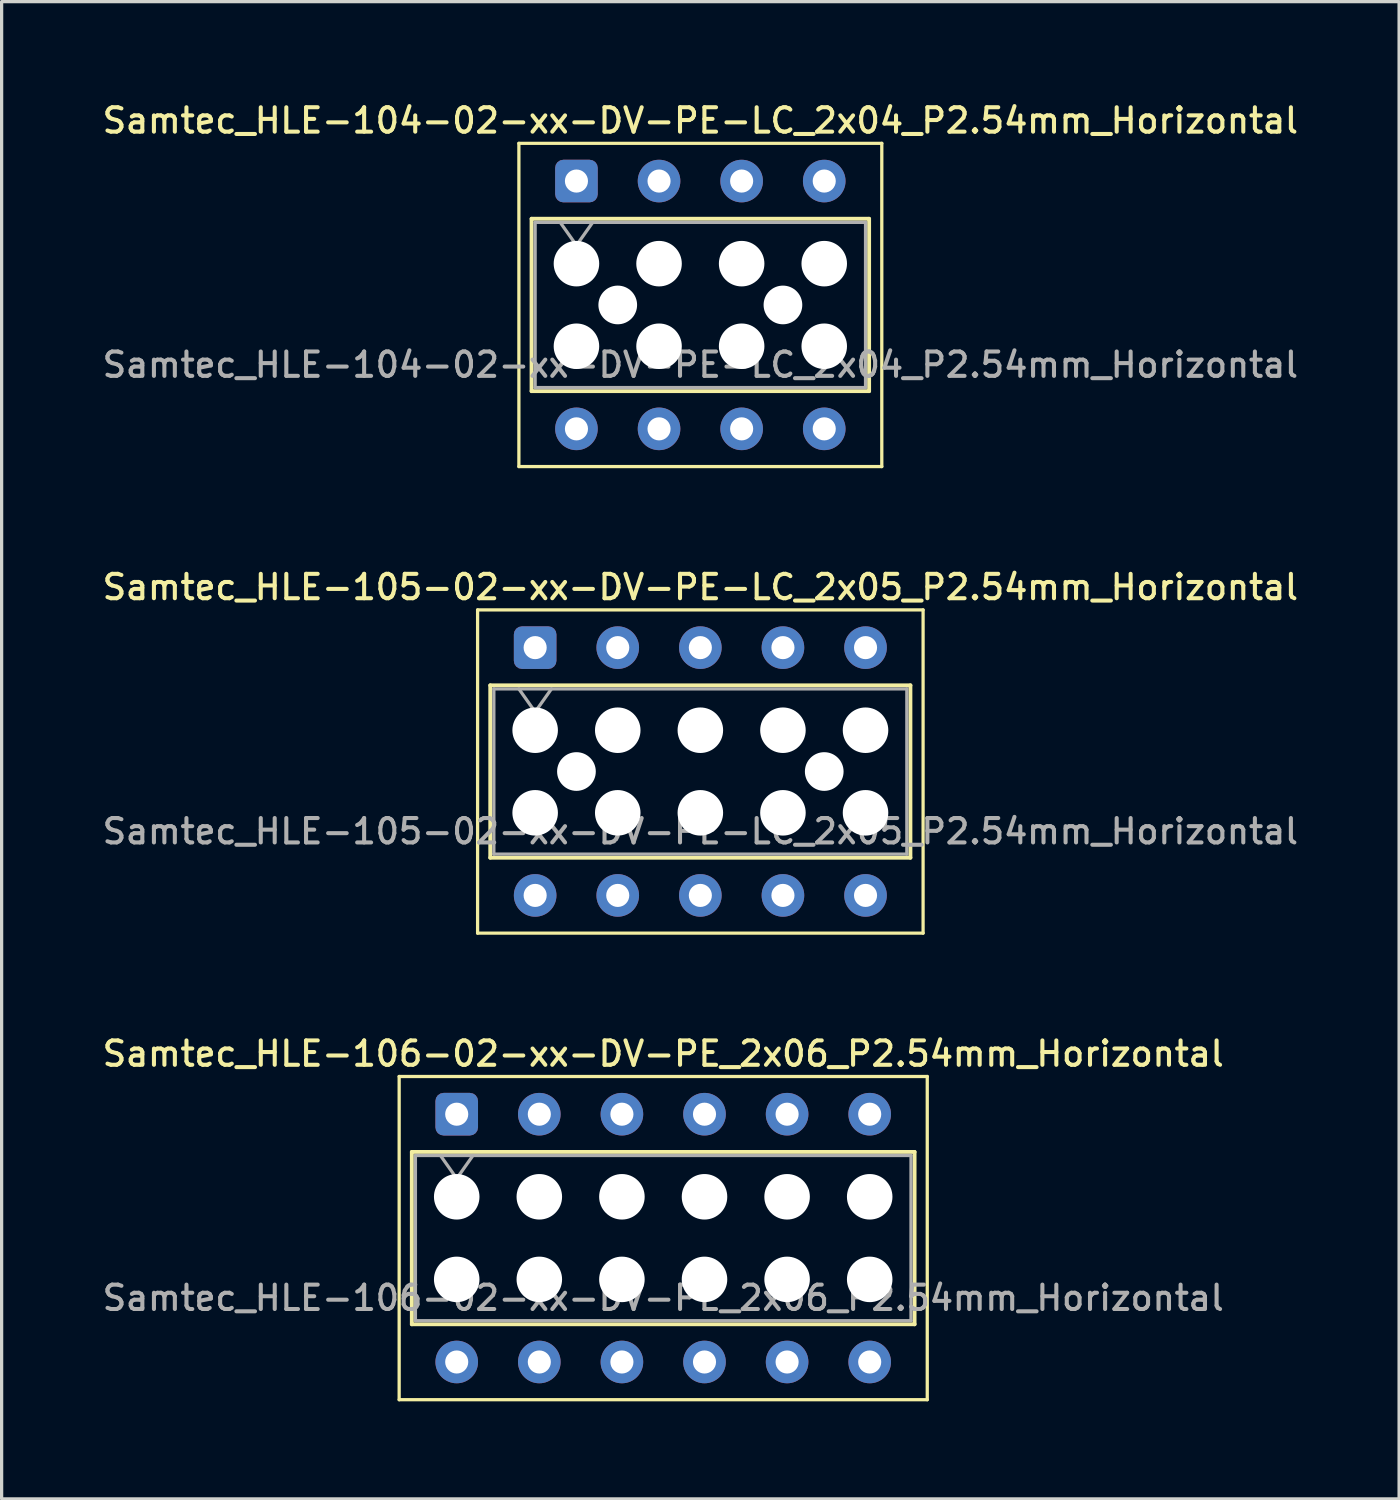
<source format=kicad_pcb>
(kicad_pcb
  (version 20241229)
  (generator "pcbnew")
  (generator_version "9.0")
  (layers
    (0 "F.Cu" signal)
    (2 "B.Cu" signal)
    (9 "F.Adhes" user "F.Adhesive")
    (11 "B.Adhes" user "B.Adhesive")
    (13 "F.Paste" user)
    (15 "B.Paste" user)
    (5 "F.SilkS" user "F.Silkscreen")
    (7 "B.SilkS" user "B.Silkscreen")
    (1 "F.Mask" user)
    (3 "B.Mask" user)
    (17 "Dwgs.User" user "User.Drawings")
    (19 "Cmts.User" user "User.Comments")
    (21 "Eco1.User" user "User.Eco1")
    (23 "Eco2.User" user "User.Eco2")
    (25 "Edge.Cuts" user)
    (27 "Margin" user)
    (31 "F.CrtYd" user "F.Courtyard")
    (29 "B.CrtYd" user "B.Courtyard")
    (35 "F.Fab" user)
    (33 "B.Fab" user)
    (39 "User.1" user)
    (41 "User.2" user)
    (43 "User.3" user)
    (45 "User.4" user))
  (footprint "Samtec_HLE-105-02-xx-DV-PE-LC_2x05_P2.54mm_Horizontal"
    (layer "F.Cu")
    (at 13.407 16.866)
    (property "Reference" "Samtec_HLE-105-02-xx-DV-PE-LC_2x05_P2.54mm_Horizontal" (at 5.08 -1.86 0) (layer "F.SilkS") (effects (font (size 0.75 0.75) (thickness 0.125))))
    (attr through_hole)
    (fp_line (start -1.77 -1.16) (end 11.93 -1.16) (stroke (width 0.1) (type solid)) (layer "F.SilkS"))
    (fp_line (start -1.77 8.78) (end -1.77 -1.16) (stroke (width 0.1) (type solid)) (layer "F.SilkS"))
    (fp_line (start -1.38 1.16) (end 11.54 1.16) (stroke (width 0.12) (type solid)) (layer "F.SilkS"))
    (fp_line (start -1.38 6.46) (end -1.38 1.16) (stroke (width 0.12) (type solid)) (layer "F.SilkS"))
    (fp_line (start 11.54 1.16) (end 11.54 6.46) (stroke (width 0.12) (type solid)) (layer "F.SilkS"))
    (fp_line (start 11.54 6.46) (end -1.38 6.46) (stroke (width 0.12) (type solid)) (layer "F.SilkS"))
    (fp_line (start 11.93 -1.16) (end 11.93 8.78) (stroke (width 0.1) (type solid)) (layer "F.SilkS"))
    (fp_line (start 11.93 8.78) (end -1.77 8.78) (stroke (width 0.1) (type solid)) (layer "F.SilkS"))
    (fp_line (start -1.27 1.27) (end 11.43 1.27) (stroke (width 0.1) (type solid)) (layer "F.Fab"))
    (fp_line (start -1.27 6.35) (end -1.27 1.27) (stroke (width 0.1) (type solid)) (layer "F.Fab"))
    (fp_line (start -0.5 1.27) (end 0 1.977) (stroke (width 0.1) (type solid)) (layer "F.Fab"))
    (fp_line (start 0 1.977) (end 0.5 1.27) (stroke (width 0.1) (type solid)) (layer "F.Fab"))
    (fp_line (start 11.43 1.27) (end 11.43 6.35) (stroke (width 0.1) (type solid)) (layer "F.Fab"))
    (fp_line (start 11.43 6.35) (end -1.27 6.35) (stroke (width 0.1) (type solid)) (layer "F.Fab"))
    (fp_text user "${REFERENCE}" (at 5.08 5.65 0) (layer "F.Fab") (effects (font (size 0.75 0.75) (thickness 0.125))))
    (pad "" np_thru_hole circle (at 0 2.54) (size 1.4 1.4) (drill 1.4) (layers "*.Cu" "*.Mask"))
    (pad "" np_thru_hole circle (at 0 5.08) (size 1.4 1.4) (drill 1.4) (layers "*.Cu" "*.Mask"))
    (pad "" np_thru_hole circle (at 1.27 3.81) (size 1.19 1.19) (drill 1.19) (layers "*.Cu" "*.Mask"))
    (pad "" np_thru_hole circle (at 2.54 2.54) (size 1.4 1.4) (drill 1.4) (layers "*.Cu" "*.Mask"))
    (pad "" np_thru_hole circle (at 2.54 5.08) (size 1.4 1.4) (drill 1.4) (layers "*.Cu" "*.Mask"))
    (pad "" np_thru_hole circle (at 5.08 2.54) (size 1.4 1.4) (drill 1.4) (layers "*.Cu" "*.Mask"))
    (pad "" np_thru_hole circle (at 5.08 5.08) (size 1.4 1.4) (drill 1.4) (layers "*.Cu" "*.Mask"))
    (pad "" np_thru_hole circle (at 7.62 2.54) (size 1.4 1.4) (drill 1.4) (layers "*.Cu" "*.Mask"))
    (pad "" np_thru_hole circle (at 7.62 5.08) (size 1.4 1.4) (drill 1.4) (layers "*.Cu" "*.Mask"))
    (pad "" np_thru_hole circle (at 8.89 3.81) (size 1.19 1.19) (drill 1.19) (layers "*.Cu" "*.Mask"))
    (pad "" np_thru_hole circle (at 10.16 2.54) (size 1.4 1.4) (drill 1.4) (layers "*.Cu" "*.Mask"))
    (pad "" np_thru_hole circle (at 10.16 5.08) (size 1.4 1.4) (drill 1.4) (layers "*.Cu" "*.Mask"))
    (pad "1" thru_hole roundrect (at 0 0) (size 1.31 1.31) (drill 0.71) (layers "*.Cu" "*.Mask") (roundrect_rratio 0.191))
    (pad "2" thru_hole circle (at 0 7.62) (size 1.31 1.31) (drill 0.71) (layers "*.Cu" "*.Mask"))
    (pad "3" thru_hole circle (at 2.54 0) (size 1.31 1.31) (drill 0.71) (layers "*.Cu" "*.Mask"))
    (pad "4" thru_hole circle (at 2.54 7.62) (size 1.31 1.31) (drill 0.71) (layers "*.Cu" "*.Mask"))
    (pad "5" thru_hole circle (at 5.08 0) (size 1.31 1.31) (drill 0.71) (layers "*.Cu" "*.Mask"))
    (pad "6" thru_hole circle (at 5.08 7.62) (size 1.31 1.31) (drill 0.71) (layers "*.Cu" "*.Mask"))
    (pad "7" thru_hole circle (at 7.62 0) (size 1.31 1.31) (drill 0.71) (layers "*.Cu" "*.Mask"))
    (pad "8" thru_hole circle (at 7.62 7.62) (size 1.31 1.31) (drill 0.71) (layers "*.Cu" "*.Mask"))
    (pad "9" thru_hole circle (at 10.16 0) (size 1.31 1.31) (drill 0.71) (layers "*.Cu" "*.Mask"))
    (pad "10" thru_hole circle (at 10.16 7.62) (size 1.31 1.31) (drill 0.71) (layers "*.Cu" "*.Mask")))
  (footprint "Samtec_HLE-104-02-xx-DV-PE-LC_2x04_P2.54mm_Horizontal"
    (layer "F.Cu")
    (at 14.677 2.518)
    (property "Reference" "Samtec_HLE-104-02-xx-DV-PE-LC_2x04_P2.54mm_Horizontal" (at 3.81 -1.86 0) (layer "F.SilkS") (effects (font (size 0.75 0.75) (thickness 0.125))))
    (attr through_hole)
    (fp_line (start -1.77 -1.16) (end 9.39 -1.16) (stroke (width 0.1) (type solid)) (layer "F.SilkS"))
    (fp_line (start -1.77 8.78) (end -1.77 -1.16) (stroke (width 0.1) (type solid)) (layer "F.SilkS"))
    (fp_line (start -1.38 1.16) (end 9 1.16) (stroke (width 0.12) (type solid)) (layer "F.SilkS"))
    (fp_line (start -1.38 6.46) (end -1.38 1.16) (stroke (width 0.12) (type solid)) (layer "F.SilkS"))
    (fp_line (start 9 1.16) (end 9 6.46) (stroke (width 0.12) (type solid)) (layer "F.SilkS"))
    (fp_line (start 9 6.46) (end -1.38 6.46) (stroke (width 0.12) (type solid)) (layer "F.SilkS"))
    (fp_line (start 9.39 -1.16) (end 9.39 8.78) (stroke (width 0.1) (type solid)) (layer "F.SilkS"))
    (fp_line (start 9.39 8.78) (end -1.77 8.78) (stroke (width 0.1) (type solid)) (layer "F.SilkS"))
    (fp_line (start -1.27 1.27) (end 8.89 1.27) (stroke (width 0.1) (type solid)) (layer "F.Fab"))
    (fp_line (start -1.27 6.35) (end -1.27 1.27) (stroke (width 0.1) (type solid)) (layer "F.Fab"))
    (fp_line (start -0.5 1.27) (end 0 1.977) (stroke (width 0.1) (type solid)) (layer "F.Fab"))
    (fp_line (start 0 1.977) (end 0.5 1.27) (stroke (width 0.1) (type solid)) (layer "F.Fab"))
    (fp_line (start 8.89 1.27) (end 8.89 6.35) (stroke (width 0.1) (type solid)) (layer "F.Fab"))
    (fp_line (start 8.89 6.35) (end -1.27 6.35) (stroke (width 0.1) (type solid)) (layer "F.Fab"))
    (fp_text user "${REFERENCE}" (at 3.81 5.65 0) (layer "F.Fab") (effects (font (size 0.75 0.75) (thickness 0.125))))
    (pad "" np_thru_hole circle (at 0 2.54) (size 1.4 1.4) (drill 1.4) (layers "*.Cu" "*.Mask"))
    (pad "" np_thru_hole circle (at 0 5.08) (size 1.4 1.4) (drill 1.4) (layers "*.Cu" "*.Mask"))
    (pad "" np_thru_hole circle (at 1.27 3.81) (size 1.19 1.19) (drill 1.19) (layers "*.Cu" "*.Mask"))
    (pad "" np_thru_hole circle (at 2.54 2.54) (size 1.4 1.4) (drill 1.4) (layers "*.Cu" "*.Mask"))
    (pad "" np_thru_hole circle (at 2.54 5.08) (size 1.4 1.4) (drill 1.4) (layers "*.Cu" "*.Mask"))
    (pad "" np_thru_hole circle (at 5.08 2.54) (size 1.4 1.4) (drill 1.4) (layers "*.Cu" "*.Mask"))
    (pad "" np_thru_hole circle (at 5.08 5.08) (size 1.4 1.4) (drill 1.4) (layers "*.Cu" "*.Mask"))
    (pad "" np_thru_hole circle (at 6.35 3.81) (size 1.19 1.19) (drill 1.19) (layers "*.Cu" "*.Mask"))
    (pad "" np_thru_hole circle (at 7.62 2.54) (size 1.4 1.4) (drill 1.4) (layers "*.Cu" "*.Mask"))
    (pad "" np_thru_hole circle (at 7.62 5.08) (size 1.4 1.4) (drill 1.4) (layers "*.Cu" "*.Mask"))
    (pad "1" thru_hole roundrect (at 0 0) (size 1.31 1.31) (drill 0.71) (layers "*.Cu" "*.Mask") (roundrect_rratio 0.191))
    (pad "2" thru_hole circle (at 0 7.62) (size 1.31 1.31) (drill 0.71) (layers "*.Cu" "*.Mask"))
    (pad "3" thru_hole circle (at 2.54 0) (size 1.31 1.31) (drill 0.71) (layers "*.Cu" "*.Mask"))
    (pad "4" thru_hole circle (at 2.54 7.62) (size 1.31 1.31) (drill 0.71) (layers "*.Cu" "*.Mask"))
    (pad "5" thru_hole circle (at 5.08 0) (size 1.31 1.31) (drill 0.71) (layers "*.Cu" "*.Mask"))
    (pad "6" thru_hole circle (at 5.08 7.62) (size 1.31 1.31) (drill 0.71) (layers "*.Cu" "*.Mask"))
    (pad "7" thru_hole circle (at 7.62 0) (size 1.31 1.31) (drill 0.71) (layers "*.Cu" "*.Mask"))
    (pad "8" thru_hole circle (at 7.62 7.62) (size 1.31 1.31) (drill 0.71) (layers "*.Cu" "*.Mask")))
  (footprint "Samtec_HLE-106-02-xx-DV-PE_2x06_P2.54mm_Horizontal"
    (layer "F.Cu")
    (at 10.995 31.214)
    (property "Reference" "Samtec_HLE-106-02-xx-DV-PE_2x06_P2.54mm_Horizontal" (at 6.35 -1.86 0) (layer "F.SilkS") (effects (font (size 0.75 0.75) (thickness 0.125))))
    (attr through_hole)
    (fp_line (start -1.77 -1.16) (end 14.47 -1.16) (stroke (width 0.1) (type solid)) (layer "F.SilkS"))
    (fp_line (start -1.77 8.78) (end -1.77 -1.16) (stroke (width 0.1) (type solid)) (layer "F.SilkS"))
    (fp_line (start -1.38 1.16) (end 14.08 1.16) (stroke (width 0.12) (type solid)) (layer "F.SilkS"))
    (fp_line (start -1.38 6.46) (end -1.38 1.16) (stroke (width 0.12) (type solid)) (layer "F.SilkS"))
    (fp_line (start 14.08 1.16) (end 14.08 6.46) (stroke (width 0.12) (type solid)) (layer "F.SilkS"))
    (fp_line (start 14.08 6.46) (end -1.38 6.46) (stroke (width 0.12) (type solid)) (layer "F.SilkS"))
    (fp_line (start 14.47 -1.16) (end 14.47 8.78) (stroke (width 0.1) (type solid)) (layer "F.SilkS"))
    (fp_line (start 14.47 8.78) (end -1.77 8.78) (stroke (width 0.1) (type solid)) (layer "F.SilkS"))
    (fp_line (start -1.27 1.27) (end 13.97 1.27) (stroke (width 0.1) (type solid)) (layer "F.Fab"))
    (fp_line (start -1.27 6.35) (end -1.27 1.27) (stroke (width 0.1) (type solid)) (layer "F.Fab"))
    (fp_line (start -0.5 1.27) (end 0 1.977) (stroke (width 0.1) (type solid)) (layer "F.Fab"))
    (fp_line (start 0 1.977) (end 0.5 1.27) (stroke (width 0.1) (type solid)) (layer "F.Fab"))
    (fp_line (start 13.97 1.27) (end 13.97 6.35) (stroke (width 0.1) (type solid)) (layer "F.Fab"))
    (fp_line (start 13.97 6.35) (end -1.27 6.35) (stroke (width 0.1) (type solid)) (layer "F.Fab"))
    (fp_text user "${REFERENCE}" (at 6.35 5.65 0) (layer "F.Fab") (effects (font (size 0.75 0.75) (thickness 0.125))))
    (pad "" np_thru_hole circle (at 0 2.54) (size 1.4 1.4) (drill 1.4) (layers "*.Cu" "*.Mask"))
    (pad "" np_thru_hole circle (at 0 5.08) (size 1.4 1.4) (drill 1.4) (layers "*.Cu" "*.Mask"))
    (pad "" np_thru_hole circle (at 2.54 2.54) (size 1.4 1.4) (drill 1.4) (layers "*.Cu" "*.Mask"))
    (pad "" np_thru_hole circle (at 2.54 5.08) (size 1.4 1.4) (drill 1.4) (layers "*.Cu" "*.Mask"))
    (pad "" np_thru_hole circle (at 5.08 2.54) (size 1.4 1.4) (drill 1.4) (layers "*.Cu" "*.Mask"))
    (pad "" np_thru_hole circle (at 5.08 5.08) (size 1.4 1.4) (drill 1.4) (layers "*.Cu" "*.Mask"))
    (pad "" np_thru_hole circle (at 7.62 2.54) (size 1.4 1.4) (drill 1.4) (layers "*.Cu" "*.Mask"))
    (pad "" np_thru_hole circle (at 7.62 5.08) (size 1.4 1.4) (drill 1.4) (layers "*.Cu" "*.Mask"))
    (pad "" np_thru_hole circle (at 10.16 2.54) (size 1.4 1.4) (drill 1.4) (layers "*.Cu" "*.Mask"))
    (pad "" np_thru_hole circle (at 10.16 5.08) (size 1.4 1.4) (drill 1.4) (layers "*.Cu" "*.Mask"))
    (pad "" np_thru_hole circle (at 12.7 2.54) (size 1.4 1.4) (drill 1.4) (layers "*.Cu" "*.Mask"))
    (pad "" np_thru_hole circle (at 12.7 5.08) (size 1.4 1.4) (drill 1.4) (layers "*.Cu" "*.Mask"))
    (pad "1" thru_hole roundrect (at 0 0) (size 1.31 1.31) (drill 0.71) (layers "*.Cu" "*.Mask") (roundrect_rratio 0.191))
    (pad "2" thru_hole circle (at 0 7.62) (size 1.31 1.31) (drill 0.71) (layers "*.Cu" "*.Mask"))
    (pad "3" thru_hole circle (at 2.54 0) (size 1.31 1.31) (drill 0.71) (layers "*.Cu" "*.Mask"))
    (pad "4" thru_hole circle (at 2.54 7.62) (size 1.31 1.31) (drill 0.71) (layers "*.Cu" "*.Mask"))
    (pad "5" thru_hole circle (at 5.08 0) (size 1.31 1.31) (drill 0.71) (layers "*.Cu" "*.Mask"))
    (pad "6" thru_hole circle (at 5.08 7.62) (size 1.31 1.31) (drill 0.71) (layers "*.Cu" "*.Mask"))
    (pad "7" thru_hole circle (at 7.62 0) (size 1.31 1.31) (drill 0.71) (layers "*.Cu" "*.Mask"))
    (pad "8" thru_hole circle (at 7.62 7.62) (size 1.31 1.31) (drill 0.71) (layers "*.Cu" "*.Mask"))
    (pad "9" thru_hole circle (at 10.16 0) (size 1.31 1.31) (drill 0.71) (layers "*.Cu" "*.Mask"))
    (pad "10" thru_hole circle (at 10.16 7.62) (size 1.31 1.31) (drill 0.71) (layers "*.Cu" "*.Mask"))
    (pad "11" thru_hole circle (at 12.7 0) (size 1.31 1.31) (drill 0.71) (layers "*.Cu" "*.Mask"))
    (pad "12" thru_hole circle (at 12.7 7.62) (size 1.31 1.31) (drill 0.71) (layers "*.Cu" "*.Mask")))
  (gr_rect
    (start -3 -3)
    (end 39.975 43.044)
    (stroke (width 0.1) (type default))
    (fill no)
    (layer "Edge.Cuts")))
</source>
